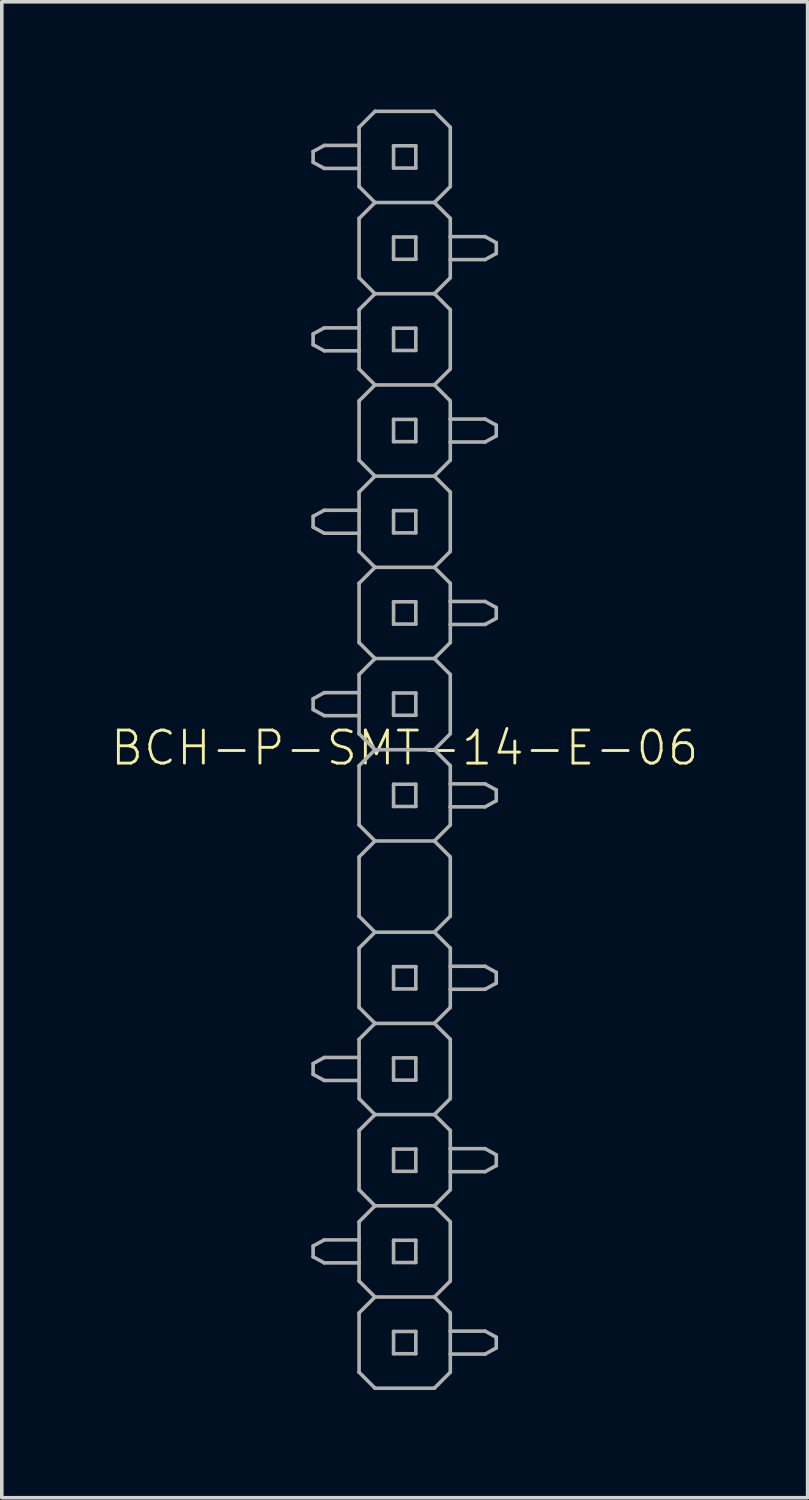
<source format=kicad_pcb>
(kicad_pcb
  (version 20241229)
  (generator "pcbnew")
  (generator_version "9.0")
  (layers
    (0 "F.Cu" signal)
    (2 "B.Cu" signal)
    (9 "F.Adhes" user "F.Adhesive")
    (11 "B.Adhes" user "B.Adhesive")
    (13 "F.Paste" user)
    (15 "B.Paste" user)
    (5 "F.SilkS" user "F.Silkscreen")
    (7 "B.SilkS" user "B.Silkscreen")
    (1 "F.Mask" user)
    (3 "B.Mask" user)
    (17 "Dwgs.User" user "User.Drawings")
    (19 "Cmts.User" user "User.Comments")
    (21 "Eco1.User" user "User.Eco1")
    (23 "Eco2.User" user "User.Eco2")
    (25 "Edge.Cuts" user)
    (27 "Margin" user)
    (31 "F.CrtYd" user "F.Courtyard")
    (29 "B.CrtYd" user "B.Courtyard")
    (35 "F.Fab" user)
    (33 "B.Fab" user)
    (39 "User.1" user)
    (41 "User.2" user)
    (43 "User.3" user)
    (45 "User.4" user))
  (footprint "BCH-P-SMT-14-E-06"
    (layer "F.Cu")
    (at 8.22 17.83)
    (property "Reference" "BCH-P-SMT-14-E-06" (at 0 -0.05 0) (unlocked yes) (layer "F.SilkS") (effects (font (size 0.92 0.92) (thickness 0.08))))
    (fp_line (start -2.55 -16.66) (end -2.55 -16.36) (stroke (width 0.1) (type solid)) (layer "F.Fab"))
    (fp_line (start -2.55 -16.36) (end -2.24 -16.19) (stroke (width 0.1) (type solid)) (layer "F.Fab"))
    (fp_line (start -2.55 -11.58) (end -2.55 -11.28) (stroke (width 0.1) (type solid)) (layer "F.Fab"))
    (fp_line (start -2.55 -11.28) (end -2.24 -11.11) (stroke (width 0.1) (type solid)) (layer "F.Fab"))
    (fp_line (start -2.55 -6.5) (end -2.55 -6.2) (stroke (width 0.1) (type solid)) (layer "F.Fab"))
    (fp_line (start -2.55 -6.2) (end -2.24 -6.03) (stroke (width 0.1) (type solid)) (layer "F.Fab"))
    (fp_line (start -2.55 -1.42) (end -2.55 -1.12) (stroke (width 0.1) (type solid)) (layer "F.Fab"))
    (fp_line (start -2.55 -1.12) (end -2.24 -0.95) (stroke (width 0.1) (type solid)) (layer "F.Fab"))
    (fp_line (start -2.55 8.74) (end -2.55 9.04) (stroke (width 0.1) (type solid)) (layer "F.Fab"))
    (fp_line (start -2.55 9.04) (end -2.24 9.21) (stroke (width 0.1) (type solid)) (layer "F.Fab"))
    (fp_line (start -2.55 13.82) (end -2.55 14.12) (stroke (width 0.1) (type solid)) (layer "F.Fab"))
    (fp_line (start -2.55 14.12) (end -2.24 14.29) (stroke (width 0.1) (type solid)) (layer "F.Fab"))
    (fp_line (start -2.24 -16.83) (end -2.55 -16.66) (stroke (width 0.1) (type solid)) (layer "F.Fab"))
    (fp_line (start -2.24 -16.19) (end -1.27 -16.19) (stroke (width 0.1) (type solid)) (layer "F.Fab"))
    (fp_line (start -2.24 -11.75) (end -2.55 -11.58) (stroke (width 0.1) (type solid)) (layer "F.Fab"))
    (fp_line (start -2.24 -11.11) (end -1.27 -11.11) (stroke (width 0.1) (type solid)) (layer "F.Fab"))
    (fp_line (start -2.24 -6.67) (end -2.55 -6.5) (stroke (width 0.1) (type solid)) (layer "F.Fab"))
    (fp_line (start -2.24 -6.03) (end -1.27 -6.03) (stroke (width 0.1) (type solid)) (layer "F.Fab"))
    (fp_line (start -2.24 -1.59) (end -2.55 -1.42) (stroke (width 0.1) (type solid)) (layer "F.Fab"))
    (fp_line (start -2.24 -0.95) (end -1.27 -0.95) (stroke (width 0.1) (type solid)) (layer "F.Fab"))
    (fp_line (start -2.24 8.57) (end -2.55 8.74) (stroke (width 0.1) (type solid)) (layer "F.Fab"))
    (fp_line (start -2.24 9.21) (end -1.27 9.21) (stroke (width 0.1) (type solid)) (layer "F.Fab"))
    (fp_line (start -2.24 13.65) (end -2.55 13.82) (stroke (width 0.1) (type solid)) (layer "F.Fab"))
    (fp_line (start -2.24 14.29) (end -1.27 14.29) (stroke (width 0.1) (type solid)) (layer "F.Fab"))
    (fp_line (start -1.27 -17.335) (end -1.27 -16.83) (stroke (width 0.1) (type solid)) (layer "F.Fab"))
    (fp_line (start -1.27 -16.83) (end -2.24 -16.83) (stroke (width 0.1) (type solid)) (layer "F.Fab"))
    (fp_line (start -1.27 -16.83) (end -1.27 -16.19) (stroke (width 0.1) (type solid)) (layer "F.Fab"))
    (fp_line (start -1.27 -16.19) (end -1.27 -15.684) (stroke (width 0.1) (type solid)) (layer "F.Fab"))
    (fp_line (start -1.27 -15.684) (end -0.826 -15.24) (stroke (width 0.1) (type solid)) (layer "F.Fab"))
    (fp_line (start -1.27 -14.796) (end -1.27 -13.145) (stroke (width 0.1) (type solid)) (layer "F.Fab"))
    (fp_line (start -1.27 -13.145) (end -0.826 -12.7) (stroke (width 0.1) (type solid)) (layer "F.Fab"))
    (fp_line (start -1.27 -12.255) (end -1.27 -11.75) (stroke (width 0.1) (type solid)) (layer "F.Fab"))
    (fp_line (start -1.27 -11.75) (end -2.24 -11.75) (stroke (width 0.1) (type solid)) (layer "F.Fab"))
    (fp_line (start -1.27 -11.75) (end -1.27 -11.11) (stroke (width 0.1) (type solid)) (layer "F.Fab"))
    (fp_line (start -1.27 -11.11) (end -1.27 -10.604) (stroke (width 0.1) (type solid)) (layer "F.Fab"))
    (fp_line (start -1.27 -10.604) (end -0.826 -10.16) (stroke (width 0.1) (type solid)) (layer "F.Fab"))
    (fp_line (start -1.27 -9.716) (end -1.27 -8.065) (stroke (width 0.1) (type solid)) (layer "F.Fab"))
    (fp_line (start -1.27 -8.065) (end -0.826 -7.62) (stroke (width 0.1) (type solid)) (layer "F.Fab"))
    (fp_line (start -1.27 -7.176) (end -1.27 -6.67) (stroke (width 0.1) (type solid)) (layer "F.Fab"))
    (fp_line (start -1.27 -6.67) (end -2.24 -6.67) (stroke (width 0.1) (type solid)) (layer "F.Fab"))
    (fp_line (start -1.27 -6.67) (end -1.27 -6.03) (stroke (width 0.1) (type solid)) (layer "F.Fab"))
    (fp_line (start -1.27 -6.03) (end -1.27 -5.524) (stroke (width 0.1) (type solid)) (layer "F.Fab"))
    (fp_line (start -1.27 -5.524) (end -0.826 -5.08) (stroke (width 0.1) (type solid)) (layer "F.Fab"))
    (fp_line (start -1.27 -4.636) (end -1.27 -2.985) (stroke (width 0.1) (type solid)) (layer "F.Fab"))
    (fp_line (start -1.27 -2.985) (end -0.826 -2.54) (stroke (width 0.1) (type solid)) (layer "F.Fab"))
    (fp_line (start -1.27 -2.095) (end -1.27 -1.59) (stroke (width 0.1) (type solid)) (layer "F.Fab"))
    (fp_line (start -1.27 -1.59) (end -2.24 -1.59) (stroke (width 0.1) (type solid)) (layer "F.Fab"))
    (fp_line (start -1.27 -1.59) (end -1.27 -0.95) (stroke (width 0.1) (type solid)) (layer "F.Fab"))
    (fp_line (start -1.27 -0.95) (end -1.27 -0.445) (stroke (width 0.1) (type solid)) (layer "F.Fab"))
    (fp_line (start -1.27 -0.445) (end -0.826 0) (stroke (width 0.1) (type solid)) (layer "F.Fab"))
    (fp_line (start -1.27 0.445) (end -1.27 2.095) (stroke (width 0.1) (type solid)) (layer "F.Fab"))
    (fp_line (start -1.27 2.095) (end -0.826 2.54) (stroke (width 0.1) (type solid)) (layer "F.Fab"))
    (fp_line (start -1.27 2.985) (end -1.27 4.636) (stroke (width 0.1) (type solid)) (layer "F.Fab"))
    (fp_line (start -1.27 4.636) (end -0.826 5.08) (stroke (width 0.1) (type solid)) (layer "F.Fab"))
    (fp_line (start -1.27 5.524) (end -1.27 7.176) (stroke (width 0.1) (type solid)) (layer "F.Fab"))
    (fp_line (start -1.27 7.176) (end -0.826 7.62) (stroke (width 0.1) (type solid)) (layer "F.Fab"))
    (fp_line (start -1.27 8.065) (end -1.27 8.57) (stroke (width 0.1) (type solid)) (layer "F.Fab"))
    (fp_line (start -1.27 8.57) (end -2.24 8.57) (stroke (width 0.1) (type solid)) (layer "F.Fab"))
    (fp_line (start -1.27 8.57) (end -1.27 9.21) (stroke (width 0.1) (type solid)) (layer "F.Fab"))
    (fp_line (start -1.27 9.21) (end -1.27 9.716) (stroke (width 0.1) (type solid)) (layer "F.Fab"))
    (fp_line (start -1.27 9.716) (end -0.826 10.16) (stroke (width 0.1) (type solid)) (layer "F.Fab"))
    (fp_line (start -1.27 10.604) (end -1.27 12.255) (stroke (width 0.1) (type solid)) (layer "F.Fab"))
    (fp_line (start -1.27 12.255) (end -0.826 12.7) (stroke (width 0.1) (type solid)) (layer "F.Fab"))
    (fp_line (start -1.27 13.145) (end -1.27 13.65) (stroke (width 0.1) (type solid)) (layer "F.Fab"))
    (fp_line (start -1.27 13.65) (end -2.24 13.65) (stroke (width 0.1) (type solid)) (layer "F.Fab"))
    (fp_line (start -1.27 13.65) (end -1.27 14.29) (stroke (width 0.1) (type solid)) (layer "F.Fab"))
    (fp_line (start -1.27 14.29) (end -1.27 14.796) (stroke (width 0.1) (type solid)) (layer "F.Fab"))
    (fp_line (start -1.27 14.796) (end -0.826 15.24) (stroke (width 0.1) (type solid)) (layer "F.Fab"))
    (fp_line (start -1.27 15.684) (end -1.27 17.335) (stroke (width 0.1) (type solid)) (layer "F.Fab"))
    (fp_line (start -1.27 17.335) (end -0.826 17.78) (stroke (width 0.1) (type solid)) (layer "F.Fab"))
    (fp_line (start -0.826 -17.78) (end -1.27 -17.335) (stroke (width 0.1) (type solid)) (layer "F.Fab"))
    (fp_line (start -0.826 -15.24) (end -1.27 -14.796) (stroke (width 0.1) (type solid)) (layer "F.Fab"))
    (fp_line (start -0.826 -12.7) (end -1.27 -12.255) (stroke (width 0.1) (type solid)) (layer "F.Fab"))
    (fp_line (start -0.826 -10.16) (end -1.27 -9.716) (stroke (width 0.1) (type solid)) (layer "F.Fab"))
    (fp_line (start -0.826 -7.62) (end -1.27 -7.176) (stroke (width 0.1) (type solid)) (layer "F.Fab"))
    (fp_line (start -0.826 -5.08) (end -1.27 -4.636) (stroke (width 0.1) (type solid)) (layer "F.Fab"))
    (fp_line (start -0.826 -2.54) (end -1.27 -2.095) (stroke (width 0.1) (type solid)) (layer "F.Fab"))
    (fp_line (start -0.826 0) (end -1.27 0.445) (stroke (width 0.1) (type solid)) (layer "F.Fab"))
    (fp_line (start -0.826 2.54) (end -1.27 2.985) (stroke (width 0.1) (type solid)) (layer "F.Fab"))
    (fp_line (start -0.826 5.08) (end -1.27 5.524) (stroke (width 0.1) (type solid)) (layer "F.Fab"))
    (fp_line (start -0.826 7.62) (end -1.27 8.065) (stroke (width 0.1) (type solid)) (layer "F.Fab"))
    (fp_line (start -0.826 10.16) (end -1.27 10.604) (stroke (width 0.1) (type solid)) (layer "F.Fab"))
    (fp_line (start -0.826 12.7) (end -1.27 13.145) (stroke (width 0.1) (type solid)) (layer "F.Fab"))
    (fp_line (start -0.826 15.24) (end -1.27 15.684) (stroke (width 0.1) (type solid)) (layer "F.Fab"))
    (fp_line (start -0.31 -16.82) (end -0.31 -16.2) (stroke (width 0.1) (type solid)) (layer "F.Fab"))
    (fp_line (start -0.31 -16.2) (end 0.31 -16.2) (stroke (width 0.1) (type solid)) (layer "F.Fab"))
    (fp_line (start -0.31 -14.28) (end -0.31 -13.66) (stroke (width 0.1) (type solid)) (layer "F.Fab"))
    (fp_line (start -0.31 -13.66) (end 0.31 -13.66) (stroke (width 0.1) (type solid)) (layer "F.Fab"))
    (fp_line (start -0.31 -11.74) (end -0.31 -11.12) (stroke (width 0.1) (type solid)) (layer "F.Fab"))
    (fp_line (start -0.31 -11.12) (end 0.31 -11.12) (stroke (width 0.1) (type solid)) (layer "F.Fab"))
    (fp_line (start -0.31 -9.2) (end -0.31 -8.58) (stroke (width 0.1) (type solid)) (layer "F.Fab"))
    (fp_line (start -0.31 -8.58) (end 0.31 -8.58) (stroke (width 0.1) (type solid)) (layer "F.Fab"))
    (fp_line (start -0.31 -6.66) (end -0.31 -6.04) (stroke (width 0.1) (type solid)) (layer "F.Fab"))
    (fp_line (start -0.31 -6.04) (end 0.31 -6.04) (stroke (width 0.1) (type solid)) (layer "F.Fab"))
    (fp_line (start -0.31 -4.12) (end -0.31 -3.5) (stroke (width 0.1) (type solid)) (layer "F.Fab"))
    (fp_line (start -0.31 -3.5) (end 0.31 -3.5) (stroke (width 0.1) (type solid)) (layer "F.Fab"))
    (fp_line (start -0.31 -1.58) (end -0.31 -0.96) (stroke (width 0.1) (type solid)) (layer "F.Fab"))
    (fp_line (start -0.31 -0.96) (end 0.31 -0.96) (stroke (width 0.1) (type solid)) (layer "F.Fab"))
    (fp_line (start -0.31 0.96) (end -0.31 1.58) (stroke (width 0.1) (type solid)) (layer "F.Fab"))
    (fp_line (start -0.31 1.58) (end 0.31 1.58) (stroke (width 0.1) (type solid)) (layer "F.Fab"))
    (fp_line (start -0.31 6.04) (end -0.31 6.66) (stroke (width 0.1) (type solid)) (layer "F.Fab"))
    (fp_line (start -0.31 6.66) (end 0.31 6.66) (stroke (width 0.1) (type solid)) (layer "F.Fab"))
    (fp_line (start -0.31 8.58) (end -0.31 9.2) (stroke (width 0.1) (type solid)) (layer "F.Fab"))
    (fp_line (start -0.31 9.2) (end 0.31 9.2) (stroke (width 0.1) (type solid)) (layer "F.Fab"))
    (fp_line (start -0.31 11.12) (end -0.31 11.74) (stroke (width 0.1) (type solid)) (layer "F.Fab"))
    (fp_line (start -0.31 11.74) (end 0.31 11.74) (stroke (width 0.1) (type solid)) (layer "F.Fab"))
    (fp_line (start -0.31 13.66) (end -0.31 14.28) (stroke (width 0.1) (type solid)) (layer "F.Fab"))
    (fp_line (start -0.31 14.28) (end 0.31 14.28) (stroke (width 0.1) (type solid)) (layer "F.Fab"))
    (fp_line (start -0.31 16.2) (end -0.31 16.82) (stroke (width 0.1) (type solid)) (layer "F.Fab"))
    (fp_line (start -0.31 16.82) (end 0.31 16.82) (stroke (width 0.1) (type solid)) (layer "F.Fab"))
    (fp_line (start 0.31 -16.82) (end -0.31 -16.82) (stroke (width 0.1) (type solid)) (layer "F.Fab"))
    (fp_line (start 0.31 -16.2) (end 0.31 -16.82) (stroke (width 0.1) (type solid)) (layer "F.Fab"))
    (fp_line (start 0.31 -14.28) (end -0.31 -14.28) (stroke (width 0.1) (type solid)) (layer "F.Fab"))
    (fp_line (start 0.31 -13.66) (end 0.31 -14.28) (stroke (width 0.1) (type solid)) (layer "F.Fab"))
    (fp_line (start 0.31 -11.74) (end -0.31 -11.74) (stroke (width 0.1) (type solid)) (layer "F.Fab"))
    (fp_line (start 0.31 -11.12) (end 0.31 -11.74) (stroke (width 0.1) (type solid)) (layer "F.Fab"))
    (fp_line (start 0.31 -9.2) (end -0.31 -9.2) (stroke (width 0.1) (type solid)) (layer "F.Fab"))
    (fp_line (start 0.31 -8.58) (end 0.31 -9.2) (stroke (width 0.1) (type solid)) (layer "F.Fab"))
    (fp_line (start 0.31 -6.66) (end -0.31 -6.66) (stroke (width 0.1) (type solid)) (layer "F.Fab"))
    (fp_line (start 0.31 -6.04) (end 0.31 -6.66) (stroke (width 0.1) (type solid)) (layer "F.Fab"))
    (fp_line (start 0.31 -4.12) (end -0.31 -4.12) (stroke (width 0.1) (type solid)) (layer "F.Fab"))
    (fp_line (start 0.31 -3.5) (end 0.31 -4.12) (stroke (width 0.1) (type solid)) (layer "F.Fab"))
    (fp_line (start 0.31 -1.58) (end -0.31 -1.58) (stroke (width 0.1) (type solid)) (layer "F.Fab"))
    (fp_line (start 0.31 -0.96) (end 0.31 -1.58) (stroke (width 0.1) (type solid)) (layer "F.Fab"))
    (fp_line (start 0.31 0.96) (end -0.31 0.96) (stroke (width 0.1) (type solid)) (layer "F.Fab"))
    (fp_line (start 0.31 1.58) (end 0.31 0.96) (stroke (width 0.1) (type solid)) (layer "F.Fab"))
    (fp_line (start 0.31 6.04) (end -0.31 6.04) (stroke (width 0.1) (type solid)) (layer "F.Fab"))
    (fp_line (start 0.31 6.66) (end 0.31 6.04) (stroke (width 0.1) (type solid)) (layer "F.Fab"))
    (fp_line (start 0.31 8.58) (end -0.31 8.58) (stroke (width 0.1) (type solid)) (layer "F.Fab"))
    (fp_line (start 0.31 9.2) (end 0.31 8.58) (stroke (width 0.1) (type solid)) (layer "F.Fab"))
    (fp_line (start 0.31 11.12) (end -0.31 11.12) (stroke (width 0.1) (type solid)) (layer "F.Fab"))
    (fp_line (start 0.31 11.74) (end 0.31 11.12) (stroke (width 0.1) (type solid)) (layer "F.Fab"))
    (fp_line (start 0.31 13.66) (end -0.31 13.66) (stroke (width 0.1) (type solid)) (layer "F.Fab"))
    (fp_line (start 0.31 14.28) (end 0.31 13.66) (stroke (width 0.1) (type solid)) (layer "F.Fab"))
    (fp_line (start 0.31 16.2) (end -0.31 16.2) (stroke (width 0.1) (type solid)) (layer "F.Fab"))
    (fp_line (start 0.31 16.82) (end 0.31 16.2) (stroke (width 0.1) (type solid)) (layer "F.Fab"))
    (fp_line (start 0.826 -17.78) (end -0.826 -17.78) (stroke (width 0.1) (type solid)) (layer "F.Fab"))
    (fp_line (start 0.826 -15.24) (end -0.826 -15.24) (stroke (width 0.1) (type solid)) (layer "F.Fab"))
    (fp_line (start 0.826 -15.24) (end 1.27 -15.684) (stroke (width 0.1) (type solid)) (layer "F.Fab"))
    (fp_line (start 0.826 -12.7) (end -0.826 -12.7) (stroke (width 0.1) (type solid)) (layer "F.Fab"))
    (fp_line (start 0.826 -12.7) (end 1.27 -13.145) (stroke (width 0.1) (type solid)) (layer "F.Fab"))
    (fp_line (start 0.826 -10.16) (end -0.826 -10.16) (stroke (width 0.1) (type solid)) (layer "F.Fab"))
    (fp_line (start 0.826 -10.16) (end 1.27 -10.604) (stroke (width 0.1) (type solid)) (layer "F.Fab"))
    (fp_line (start 0.826 -7.62) (end -0.826 -7.62) (stroke (width 0.1) (type solid)) (layer "F.Fab"))
    (fp_line (start 0.826 -7.62) (end 1.27 -8.065) (stroke (width 0.1) (type solid)) (layer "F.Fab"))
    (fp_line (start 0.826 -5.08) (end -0.826 -5.08) (stroke (width 0.1) (type solid)) (layer "F.Fab"))
    (fp_line (start 0.826 -5.08) (end 1.27 -5.524) (stroke (width 0.1) (type solid)) (layer "F.Fab"))
    (fp_line (start 0.826 -2.54) (end -0.826 -2.54) (stroke (width 0.1) (type solid)) (layer "F.Fab"))
    (fp_line (start 0.826 -2.54) (end 1.27 -2.985) (stroke (width 0.1) (type solid)) (layer "F.Fab"))
    (fp_line (start 0.826 0) (end -0.826 0) (stroke (width 0.1) (type solid)) (layer "F.Fab"))
    (fp_line (start 0.826 0) (end 1.27 -0.445) (stroke (width 0.1) (type solid)) (layer "F.Fab"))
    (fp_line (start 0.826 2.54) (end -0.826 2.54) (stroke (width 0.1) (type solid)) (layer "F.Fab"))
    (fp_line (start 0.826 2.54) (end 1.27 2.095) (stroke (width 0.1) (type solid)) (layer "F.Fab"))
    (fp_line (start 0.826 5.08) (end -0.826 5.08) (stroke (width 0.1) (type solid)) (layer "F.Fab"))
    (fp_line (start 0.826 5.08) (end 1.27 4.636) (stroke (width 0.1) (type solid)) (layer "F.Fab"))
    (fp_line (start 0.826 7.62) (end -0.826 7.62) (stroke (width 0.1) (type solid)) (layer "F.Fab"))
    (fp_line (start 0.826 7.62) (end 1.27 7.176) (stroke (width 0.1) (type solid)) (layer "F.Fab"))
    (fp_line (start 0.826 10.16) (end -0.826 10.16) (stroke (width 0.1) (type solid)) (layer "F.Fab"))
    (fp_line (start 0.826 10.16) (end 1.27 9.716) (stroke (width 0.1) (type solid)) (layer "F.Fab"))
    (fp_line (start 0.826 12.7) (end -0.826 12.7) (stroke (width 0.1) (type solid)) (layer "F.Fab"))
    (fp_line (start 0.826 12.7) (end 1.27 12.255) (stroke (width 0.1) (type solid)) (layer "F.Fab"))
    (fp_line (start 0.826 15.24) (end -0.826 15.24) (stroke (width 0.1) (type solid)) (layer "F.Fab"))
    (fp_line (start 0.826 15.24) (end 1.27 14.796) (stroke (width 0.1) (type solid)) (layer "F.Fab"))
    (fp_line (start 0.826 17.78) (end -0.826 17.78) (stroke (width 0.1) (type solid)) (layer "F.Fab"))
    (fp_line (start 0.826 17.78) (end 1.27 17.335) (stroke (width 0.1) (type solid)) (layer "F.Fab"))
    (fp_line (start 1.27 -17.335) (end 0.826 -17.78) (stroke (width 0.1) (type solid)) (layer "F.Fab"))
    (fp_line (start 1.27 -15.684) (end 1.27 -17.335) (stroke (width 0.1) (type solid)) (layer "F.Fab"))
    (fp_line (start 1.27 -14.796) (end 0.826 -15.24) (stroke (width 0.1) (type solid)) (layer "F.Fab"))
    (fp_line (start 1.27 -14.29) (end 1.27 -14.796) (stroke (width 0.1) (type solid)) (layer "F.Fab"))
    (fp_line (start 1.27 -13.65) (end 1.27 -14.29) (stroke (width 0.1) (type solid)) (layer "F.Fab"))
    (fp_line (start 1.27 -13.65) (end 2.24 -13.65) (stroke (width 0.1) (type solid)) (layer "F.Fab"))
    (fp_line (start 1.27 -13.145) (end 1.27 -13.65) (stroke (width 0.1) (type solid)) (layer "F.Fab"))
    (fp_line (start 1.27 -12.255) (end 0.826 -12.7) (stroke (width 0.1) (type solid)) (layer "F.Fab"))
    (fp_line (start 1.27 -10.604) (end 1.27 -12.255) (stroke (width 0.1) (type solid)) (layer "F.Fab"))
    (fp_line (start 1.27 -9.716) (end 0.826 -10.16) (stroke (width 0.1) (type solid)) (layer "F.Fab"))
    (fp_line (start 1.27 -9.21) (end 1.27 -9.716) (stroke (width 0.1) (type solid)) (layer "F.Fab"))
    (fp_line (start 1.27 -8.57) (end 1.27 -9.21) (stroke (width 0.1) (type solid)) (layer "F.Fab"))
    (fp_line (start 1.27 -8.57) (end 2.24 -8.57) (stroke (width 0.1) (type solid)) (layer "F.Fab"))
    (fp_line (start 1.27 -8.065) (end 1.27 -8.57) (stroke (width 0.1) (type solid)) (layer "F.Fab"))
    (fp_line (start 1.27 -7.176) (end 0.826 -7.62) (stroke (width 0.1) (type solid)) (layer "F.Fab"))
    (fp_line (start 1.27 -5.524) (end 1.27 -7.176) (stroke (width 0.1) (type solid)) (layer "F.Fab"))
    (fp_line (start 1.27 -4.636) (end 0.826 -5.08) (stroke (width 0.1) (type solid)) (layer "F.Fab"))
    (fp_line (start 1.27 -4.13) (end 1.27 -4.636) (stroke (width 0.1) (type solid)) (layer "F.Fab"))
    (fp_line (start 1.27 -3.49) (end 1.27 -4.13) (stroke (width 0.1) (type solid)) (layer "F.Fab"))
    (fp_line (start 1.27 -3.49) (end 2.24 -3.49) (stroke (width 0.1) (type solid)) (layer "F.Fab"))
    (fp_line (start 1.27 -2.985) (end 1.27 -3.49) (stroke (width 0.1) (type solid)) (layer "F.Fab"))
    (fp_line (start 1.27 -2.095) (end 0.826 -2.54) (stroke (width 0.1) (type solid)) (layer "F.Fab"))
    (fp_line (start 1.27 -0.445) (end 1.27 -2.095) (stroke (width 0.1) (type solid)) (layer "F.Fab"))
    (fp_line (start 1.27 0.445) (end 0.826 0) (stroke (width 0.1) (type solid)) (layer "F.Fab"))
    (fp_line (start 1.27 0.95) (end 1.27 0.445) (stroke (width 0.1) (type solid)) (layer "F.Fab"))
    (fp_line (start 1.27 1.59) (end 1.27 0.95) (stroke (width 0.1) (type solid)) (layer "F.Fab"))
    (fp_line (start 1.27 1.59) (end 2.24 1.59) (stroke (width 0.1) (type solid)) (layer "F.Fab"))
    (fp_line (start 1.27 2.095) (end 1.27 1.59) (stroke (width 0.1) (type solid)) (layer "F.Fab"))
    (fp_line (start 1.27 2.985) (end 0.826 2.54) (stroke (width 0.1) (type solid)) (layer "F.Fab"))
    (fp_line (start 1.27 4.636) (end 1.27 2.985) (stroke (width 0.1) (type solid)) (layer "F.Fab"))
    (fp_line (start 1.27 5.524) (end 0.826 5.08) (stroke (width 0.1) (type solid)) (layer "F.Fab"))
    (fp_line (start 1.27 6.03) (end 1.27 5.524) (stroke (width 0.1) (type solid)) (layer "F.Fab"))
    (fp_line (start 1.27 6.67) (end 1.27 6.03) (stroke (width 0.1) (type solid)) (layer "F.Fab"))
    (fp_line (start 1.27 6.67) (end 2.24 6.67) (stroke (width 0.1) (type solid)) (layer "F.Fab"))
    (fp_line (start 1.27 7.176) (end 1.27 6.67) (stroke (width 0.1) (type solid)) (layer "F.Fab"))
    (fp_line (start 1.27 8.065) (end 0.826 7.62) (stroke (width 0.1) (type solid)) (layer "F.Fab"))
    (fp_line (start 1.27 9.716) (end 1.27 8.065) (stroke (width 0.1) (type solid)) (layer "F.Fab"))
    (fp_line (start 1.27 10.604) (end 0.826 10.16) (stroke (width 0.1) (type solid)) (layer "F.Fab"))
    (fp_line (start 1.27 11.11) (end 1.27 10.604) (stroke (width 0.1) (type solid)) (layer "F.Fab"))
    (fp_line (start 1.27 11.75) (end 1.27 11.11) (stroke (width 0.1) (type solid)) (layer "F.Fab"))
    (fp_line (start 1.27 11.75) (end 2.24 11.75) (stroke (width 0.1) (type solid)) (layer "F.Fab"))
    (fp_line (start 1.27 12.255) (end 1.27 11.75) (stroke (width 0.1) (type solid)) (layer "F.Fab"))
    (fp_line (start 1.27 13.145) (end 0.826 12.7) (stroke (width 0.1) (type solid)) (layer "F.Fab"))
    (fp_line (start 1.27 14.796) (end 1.27 13.145) (stroke (width 0.1) (type solid)) (layer "F.Fab"))
    (fp_line (start 1.27 15.684) (end 0.826 15.24) (stroke (width 0.1) (type solid)) (layer "F.Fab"))
    (fp_line (start 1.27 16.19) (end 1.27 15.684) (stroke (width 0.1) (type solid)) (layer "F.Fab"))
    (fp_line (start 1.27 16.83) (end 1.27 16.19) (stroke (width 0.1) (type solid)) (layer "F.Fab"))
    (fp_line (start 1.27 16.83) (end 2.24 16.83) (stroke (width 0.1) (type solid)) (layer "F.Fab"))
    (fp_line (start 1.27 17.335) (end 1.27 16.83) (stroke (width 0.1) (type solid)) (layer "F.Fab"))
    (fp_line (start 2.24 -14.29) (end 1.27 -14.29) (stroke (width 0.1) (type solid)) (layer "F.Fab"))
    (fp_line (start 2.24 -13.65) (end 2.55 -13.82) (stroke (width 0.1) (type solid)) (layer "F.Fab"))
    (fp_line (start 2.24 -9.21) (end 1.27 -9.21) (stroke (width 0.1) (type solid)) (layer "F.Fab"))
    (fp_line (start 2.24 -8.57) (end 2.55 -8.74) (stroke (width 0.1) (type solid)) (layer "F.Fab"))
    (fp_line (start 2.24 -4.13) (end 1.27 -4.13) (stroke (width 0.1) (type solid)) (layer "F.Fab"))
    (fp_line (start 2.24 -3.49) (end 2.55 -3.66) (stroke (width 0.1) (type solid)) (layer "F.Fab"))
    (fp_line (start 2.24 0.95) (end 1.27 0.95) (stroke (width 0.1) (type solid)) (layer "F.Fab"))
    (fp_line (start 2.24 1.59) (end 2.55 1.42) (stroke (width 0.1) (type solid)) (layer "F.Fab"))
    (fp_line (start 2.24 6.03) (end 1.27 6.03) (stroke (width 0.1) (type solid)) (layer "F.Fab"))
    (fp_line (start 2.24 6.67) (end 2.55 6.5) (stroke (width 0.1) (type solid)) (layer "F.Fab"))
    (fp_line (start 2.24 11.11) (end 1.27 11.11) (stroke (width 0.1) (type solid)) (layer "F.Fab"))
    (fp_line (start 2.24 11.75) (end 2.55 11.58) (stroke (width 0.1) (type solid)) (layer "F.Fab"))
    (fp_line (start 2.24 16.19) (end 1.27 16.19) (stroke (width 0.1) (type solid)) (layer "F.Fab"))
    (fp_line (start 2.24 16.83) (end 2.55 16.66) (stroke (width 0.1) (type solid)) (layer "F.Fab"))
    (fp_line (start 2.55 -14.12) (end 2.24 -14.29) (stroke (width 0.1) (type solid)) (layer "F.Fab"))
    (fp_line (start 2.55 -13.82) (end 2.55 -14.12) (stroke (width 0.1) (type solid)) (layer "F.Fab"))
    (fp_line (start 2.55 -9.04) (end 2.24 -9.21) (stroke (width 0.1) (type solid)) (layer "F.Fab"))
    (fp_line (start 2.55 -8.74) (end 2.55 -9.04) (stroke (width 0.1) (type solid)) (layer "F.Fab"))
    (fp_line (start 2.55 -3.96) (end 2.24 -4.13) (stroke (width 0.1) (type solid)) (layer "F.Fab"))
    (fp_line (start 2.55 -3.66) (end 2.55 -3.96) (stroke (width 0.1) (type solid)) (layer "F.Fab"))
    (fp_line (start 2.55 1.12) (end 2.24 0.95) (stroke (width 0.1) (type solid)) (layer "F.Fab"))
    (fp_line (start 2.55 1.42) (end 2.55 1.12) (stroke (width 0.1) (type solid)) (layer "F.Fab"))
    (fp_line (start 2.55 6.2) (end 2.24 6.03) (stroke (width 0.1) (type solid)) (layer "F.Fab"))
    (fp_line (start 2.55 6.5) (end 2.55 6.2) (stroke (width 0.1) (type solid)) (layer "F.Fab"))
    (fp_line (start 2.55 11.28) (end 2.24 11.11) (stroke (width 0.1) (type solid)) (layer "F.Fab"))
    (fp_line (start 2.55 11.58) (end 2.55 11.28) (stroke (width 0.1) (type solid)) (layer "F.Fab"))
    (fp_line (start 2.55 16.36) (end 2.24 16.19) (stroke (width 0.1) (type solid)) (layer "F.Fab"))
    (fp_line (start 2.55 16.66) (end 2.55 16.36) (stroke (width 0.1) (type solid)) (layer "F.Fab")))
  (gr_rect
    (start -3 -3)
    (end 19.441 38.66)
    (stroke (width 0.1) (type default))
    (fill no)
    (layer "Edge.Cuts")))
</source>
